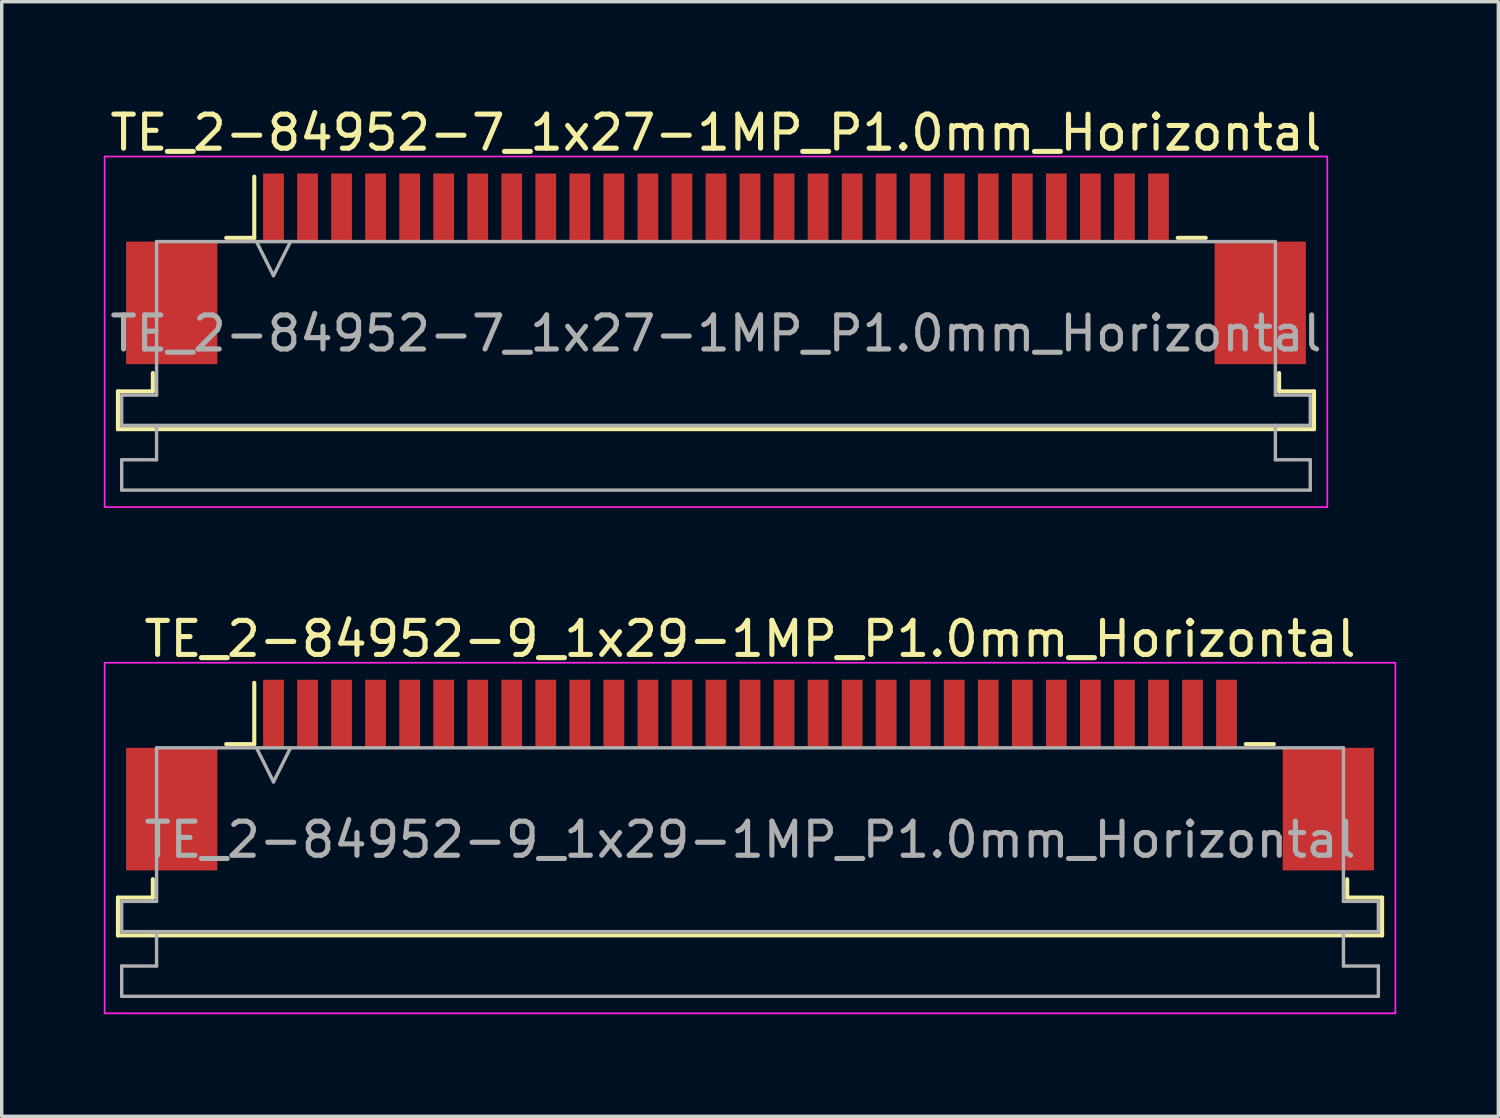
<source format=kicad_pcb>
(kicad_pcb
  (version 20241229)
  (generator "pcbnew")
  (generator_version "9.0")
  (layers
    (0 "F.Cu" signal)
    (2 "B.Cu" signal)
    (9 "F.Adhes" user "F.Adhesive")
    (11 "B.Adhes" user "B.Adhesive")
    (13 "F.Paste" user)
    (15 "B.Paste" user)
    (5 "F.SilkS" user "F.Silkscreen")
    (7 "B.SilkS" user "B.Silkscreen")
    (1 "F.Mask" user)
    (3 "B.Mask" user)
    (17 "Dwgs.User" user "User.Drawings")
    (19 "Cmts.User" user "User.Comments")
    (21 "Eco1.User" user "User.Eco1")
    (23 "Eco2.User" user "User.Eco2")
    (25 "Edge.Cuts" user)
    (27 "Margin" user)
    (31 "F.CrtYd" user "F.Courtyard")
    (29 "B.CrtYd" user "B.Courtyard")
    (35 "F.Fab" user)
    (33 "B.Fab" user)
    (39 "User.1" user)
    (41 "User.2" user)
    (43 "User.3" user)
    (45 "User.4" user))
  (footprint "TE_2-84952-9_1x29-1MP_P1.0mm_Horizontal"
    (layer "F.Cu")
    (at 18.985 19.721)
    (property "Reference" "TE_2-84952-9_1x29-1MP_P1.0mm_Horizontal" (at 0 -4 0) (layer "F.SilkS") (effects (font (size 1 1) (thickness 0.15))))
    (attr smd)
    (fp_line (start -18.57 3.6) (end -17.545 3.6) (stroke (width 0.12) (type solid)) (layer "F.SilkS"))
    (fp_line (start -18.57 4.71) (end -18.57 3.6) (stroke (width 0.12) (type solid)) (layer "F.SilkS"))
    (fp_line (start -17.545 3.6) (end -17.545 3.06) (stroke (width 0.12) (type solid)) (layer "F.SilkS"))
    (fp_line (start -15.39 -0.91) (end -14.565 -0.91) (stroke (width 0.12) (type solid)) (layer "F.SilkS"))
    (fp_line (start -14.565 -0.91) (end -14.565 -2.71) (stroke (width 0.12) (type solid)) (layer "F.SilkS"))
    (fp_line (start 14.565 -0.91) (end 15.39 -0.91) (stroke (width 0.12) (type solid)) (layer "F.SilkS"))
    (fp_line (start 17.545 3.06) (end 17.545 3.6) (stroke (width 0.12) (type solid)) (layer "F.SilkS"))
    (fp_line (start 17.545 3.6) (end 18.57 3.6) (stroke (width 0.12) (type solid)) (layer "F.SilkS"))
    (fp_line (start 18.57 3.6) (end 18.57 4.71) (stroke (width 0.12) (type solid)) (layer "F.SilkS"))
    (fp_line (start 18.57 4.71) (end -18.57 4.71) (stroke (width 0.12) (type solid)) (layer "F.SilkS"))
    (fp_line (start -18.96 -3.3) (end -18.96 7) (stroke (width 0.05) (type solid)) (layer "F.CrtYd"))
    (fp_line (start -18.96 7) (end 18.96 7) (stroke (width 0.05) (type solid)) (layer "F.CrtYd"))
    (fp_line (start 18.96 -3.3) (end -18.96 -3.3) (stroke (width 0.05) (type solid)) (layer "F.CrtYd"))
    (fp_line (start 18.96 7) (end 18.96 -3.3) (stroke (width 0.05) (type solid)) (layer "F.CrtYd"))
    (fp_line (start -18.46 3.71) (end -17.435 3.71) (stroke (width 0.1) (type solid)) (layer "F.Fab"))
    (fp_line (start -18.46 4.6) (end -18.46 3.71) (stroke (width 0.1) (type solid)) (layer "F.Fab"))
    (fp_line (start -18.46 5.61) (end -17.435 5.61) (stroke (width 0.1) (type solid)) (layer "F.Fab"))
    (fp_line (start -18.46 6.5) (end -18.46 5.61) (stroke (width 0.1) (type solid)) (layer "F.Fab"))
    (fp_line (start -17.435 -0.8) (end 17.435 -0.8) (stroke (width 0.1) (type solid)) (layer "F.Fab"))
    (fp_line (start -17.435 3.71) (end -17.435 -0.8) (stroke (width 0.1) (type solid)) (layer "F.Fab"))
    (fp_line (start -17.435 5.61) (end -17.435 4.6) (stroke (width 0.1) (type solid)) (layer "F.Fab"))
    (fp_line (start -14.5 -0.8) (end -14 0.2) (stroke (width 0.1) (type solid)) (layer "F.Fab"))
    (fp_line (start -14 0.2) (end -13.5 -0.8) (stroke (width 0.1) (type solid)) (layer "F.Fab"))
    (fp_line (start 17.435 -0.8) (end 17.435 3.71) (stroke (width 0.1) (type solid)) (layer "F.Fab"))
    (fp_line (start 17.435 3.71) (end 18.46 3.71) (stroke (width 0.1) (type solid)) (layer "F.Fab"))
    (fp_line (start 17.435 4.6) (end 17.435 5.61) (stroke (width 0.1) (type solid)) (layer "F.Fab"))
    (fp_line (start 17.435 5.61) (end 18.46 5.61) (stroke (width 0.1) (type solid)) (layer "F.Fab"))
    (fp_line (start 18.46 3.71) (end 18.46 4.6) (stroke (width 0.1) (type solid)) (layer "F.Fab"))
    (fp_line (start 18.46 4.6) (end -18.46 4.6) (stroke (width 0.1) (type solid)) (layer "F.Fab"))
    (fp_line (start 18.46 5.61) (end 18.46 6.5) (stroke (width 0.1) (type solid)) (layer "F.Fab"))
    (fp_line (start 18.46 6.5) (end -18.46 6.5) (stroke (width 0.1) (type solid)) (layer "F.Fab"))
    (fp_text user "${REFERENCE}" (at 0 1.9 0) (layer "F.Fab") (effects (font (size 1 1) (thickness 0.15))))
    (pad "1" smd rect (at -14 -1.8) (size 0.61 2) (layers "F.Cu" "F.Mask" "F.Paste"))
    (pad "2" smd rect (at -13 -1.8) (size 0.61 2) (layers "F.Cu" "F.Mask" "F.Paste"))
    (pad "3" smd rect (at -12 -1.8) (size 0.61 2) (layers "F.Cu" "F.Mask" "F.Paste"))
    (pad "4" smd rect (at -11 -1.8) (size 0.61 2) (layers "F.Cu" "F.Mask" "F.Paste"))
    (pad "5" smd rect (at -10 -1.8) (size 0.61 2) (layers "F.Cu" "F.Mask" "F.Paste"))
    (pad "6" smd rect (at -9 -1.8) (size 0.61 2) (layers "F.Cu" "F.Mask" "F.Paste"))
    (pad "7" smd rect (at -8 -1.8) (size 0.61 2) (layers "F.Cu" "F.Mask" "F.Paste"))
    (pad "8" smd rect (at -7 -1.8) (size 0.61 2) (layers "F.Cu" "F.Mask" "F.Paste"))
    (pad "9" smd rect (at -6 -1.8) (size 0.61 2) (layers "F.Cu" "F.Mask" "F.Paste"))
    (pad "10" smd rect (at -5 -1.8) (size 0.61 2) (layers "F.Cu" "F.Mask" "F.Paste"))
    (pad "11" smd rect (at -4 -1.8) (size 0.61 2) (layers "F.Cu" "F.Mask" "F.Paste"))
    (pad "12" smd rect (at -3 -1.8) (size 0.61 2) (layers "F.Cu" "F.Mask" "F.Paste"))
    (pad "13" smd rect (at -2 -1.8) (size 0.61 2) (layers "F.Cu" "F.Mask" "F.Paste"))
    (pad "14" smd rect (at -1 -1.8) (size 0.61 2) (layers "F.Cu" "F.Mask" "F.Paste"))
    (pad "15" smd rect (at 0 -1.8) (size 0.61 2) (layers "F.Cu" "F.Mask" "F.Paste"))
    (pad "16" smd rect (at 1 -1.8) (size 0.61 2) (layers "F.Cu" "F.Mask" "F.Paste"))
    (pad "17" smd rect (at 2 -1.8) (size 0.61 2) (layers "F.Cu" "F.Mask" "F.Paste"))
    (pad "18" smd rect (at 3 -1.8) (size 0.61 2) (layers "F.Cu" "F.Mask" "F.Paste"))
    (pad "19" smd rect (at 4 -1.8) (size 0.61 2) (layers "F.Cu" "F.Mask" "F.Paste"))
    (pad "20" smd rect (at 5 -1.8) (size 0.61 2) (layers "F.Cu" "F.Mask" "F.Paste"))
    (pad "21" smd rect (at 6 -1.8) (size 0.61 2) (layers "F.Cu" "F.Mask" "F.Paste"))
    (pad "22" smd rect (at 7 -1.8) (size 0.61 2) (layers "F.Cu" "F.Mask" "F.Paste"))
    (pad "23" smd rect (at 8 -1.8) (size 0.61 2) (layers "F.Cu" "F.Mask" "F.Paste"))
    (pad "24" smd rect (at 9 -1.8) (size 0.61 2) (layers "F.Cu" "F.Mask" "F.Paste"))
    (pad "25" smd rect (at 10 -1.8) (size 0.61 2) (layers "F.Cu" "F.Mask" "F.Paste"))
    (pad "26" smd rect (at 11 -1.8) (size 0.61 2) (layers "F.Cu" "F.Mask" "F.Paste"))
    (pad "27" smd rect (at 12 -1.8) (size 0.61 2) (layers "F.Cu" "F.Mask" "F.Paste"))
    (pad "28" smd rect (at 13 -1.8) (size 0.61 2) (layers "F.Cu" "F.Mask" "F.Paste"))
    (pad "29" smd rect (at 14 -1.8) (size 0.61 2) (layers "F.Cu" "F.Mask" "F.Paste"))
    (pad "MP" smd rect (at -16.99 1) (size 2.68 3.6) (layers "F.Cu" "F.Mask" "F.Paste"))
    (pad "MP" smd rect (at 16.99 1) (size 2.68 3.6) (layers "F.Cu" "F.Mask" "F.Paste")))
  (footprint "TE_2-84952-7_1x27-1MP_P1.0mm_Horizontal"
    (layer "F.Cu")
    (at 17.985 4.848)
    (property "Reference" "TE_2-84952-7_1x27-1MP_P1.0mm_Horizontal" (at 0 -4 0) (layer "F.SilkS") (effects (font (size 1 1) (thickness 0.15))))
    (attr smd)
    (fp_line (start -17.57 3.6) (end -16.545 3.6) (stroke (width 0.12) (type solid)) (layer "F.SilkS"))
    (fp_line (start -17.57 4.71) (end -17.57 3.6) (stroke (width 0.12) (type solid)) (layer "F.SilkS"))
    (fp_line (start -16.545 3.6) (end -16.545 3.06) (stroke (width 0.12) (type solid)) (layer "F.SilkS"))
    (fp_line (start -14.39 -0.91) (end -13.565 -0.91) (stroke (width 0.12) (type solid)) (layer "F.SilkS"))
    (fp_line (start -13.565 -0.91) (end -13.565 -2.71) (stroke (width 0.12) (type solid)) (layer "F.SilkS"))
    (fp_line (start 13.565 -0.91) (end 14.39 -0.91) (stroke (width 0.12) (type solid)) (layer "F.SilkS"))
    (fp_line (start 16.545 3.06) (end 16.545 3.6) (stroke (width 0.12) (type solid)) (layer "F.SilkS"))
    (fp_line (start 16.545 3.6) (end 17.57 3.6) (stroke (width 0.12) (type solid)) (layer "F.SilkS"))
    (fp_line (start 17.57 3.6) (end 17.57 4.71) (stroke (width 0.12) (type solid)) (layer "F.SilkS"))
    (fp_line (start 17.57 4.71) (end -17.57 4.71) (stroke (width 0.12) (type solid)) (layer "F.SilkS"))
    (fp_line (start -17.96 -3.3) (end -17.96 7) (stroke (width 0.05) (type solid)) (layer "F.CrtYd"))
    (fp_line (start -17.96 7) (end 17.96 7) (stroke (width 0.05) (type solid)) (layer "F.CrtYd"))
    (fp_line (start 17.96 -3.3) (end -17.96 -3.3) (stroke (width 0.05) (type solid)) (layer "F.CrtYd"))
    (fp_line (start 17.96 7) (end 17.96 -3.3) (stroke (width 0.05) (type solid)) (layer "F.CrtYd"))
    (fp_line (start -17.46 3.71) (end -16.435 3.71) (stroke (width 0.1) (type solid)) (layer "F.Fab"))
    (fp_line (start -17.46 4.6) (end -17.46 3.71) (stroke (width 0.1) (type solid)) (layer "F.Fab"))
    (fp_line (start -17.46 5.61) (end -16.435 5.61) (stroke (width 0.1) (type solid)) (layer "F.Fab"))
    (fp_line (start -17.46 6.5) (end -17.46 5.61) (stroke (width 0.1) (type solid)) (layer "F.Fab"))
    (fp_line (start -16.435 -0.8) (end 16.435 -0.8) (stroke (width 0.1) (type solid)) (layer "F.Fab"))
    (fp_line (start -16.435 3.71) (end -16.435 -0.8) (stroke (width 0.1) (type solid)) (layer "F.Fab"))
    (fp_line (start -16.435 5.61) (end -16.435 4.6) (stroke (width 0.1) (type solid)) (layer "F.Fab"))
    (fp_line (start -13.5 -0.8) (end -13 0.2) (stroke (width 0.1) (type solid)) (layer "F.Fab"))
    (fp_line (start -13 0.2) (end -12.5 -0.8) (stroke (width 0.1) (type solid)) (layer "F.Fab"))
    (fp_line (start 16.435 -0.8) (end 16.435 3.71) (stroke (width 0.1) (type solid)) (layer "F.Fab"))
    (fp_line (start 16.435 3.71) (end 17.46 3.71) (stroke (width 0.1) (type solid)) (layer "F.Fab"))
    (fp_line (start 16.435 4.6) (end 16.435 5.61) (stroke (width 0.1) (type solid)) (layer "F.Fab"))
    (fp_line (start 16.435 5.61) (end 17.46 5.61) (stroke (width 0.1) (type solid)) (layer "F.Fab"))
    (fp_line (start 17.46 3.71) (end 17.46 4.6) (stroke (width 0.1) (type solid)) (layer "F.Fab"))
    (fp_line (start 17.46 4.6) (end -17.46 4.6) (stroke (width 0.1) (type solid)) (layer "F.Fab"))
    (fp_line (start 17.46 5.61) (end 17.46 6.5) (stroke (width 0.1) (type solid)) (layer "F.Fab"))
    (fp_line (start 17.46 6.5) (end -17.46 6.5) (stroke (width 0.1) (type solid)) (layer "F.Fab"))
    (fp_text user "${REFERENCE}" (at 0 1.9 0) (layer "F.Fab") (effects (font (size 1 1) (thickness 0.15))))
    (pad "1" smd rect (at -13 -1.8) (size 0.61 2) (layers "F.Cu" "F.Mask" "F.Paste"))
    (pad "2" smd rect (at -12 -1.8) (size 0.61 2) (layers "F.Cu" "F.Mask" "F.Paste"))
    (pad "3" smd rect (at -11 -1.8) (size 0.61 2) (layers "F.Cu" "F.Mask" "F.Paste"))
    (pad "4" smd rect (at -10 -1.8) (size 0.61 2) (layers "F.Cu" "F.Mask" "F.Paste"))
    (pad "5" smd rect (at -9 -1.8) (size 0.61 2) (layers "F.Cu" "F.Mask" "F.Paste"))
    (pad "6" smd rect (at -8 -1.8) (size 0.61 2) (layers "F.Cu" "F.Mask" "F.Paste"))
    (pad "7" smd rect (at -7 -1.8) (size 0.61 2) (layers "F.Cu" "F.Mask" "F.Paste"))
    (pad "8" smd rect (at -6 -1.8) (size 0.61 2) (layers "F.Cu" "F.Mask" "F.Paste"))
    (pad "9" smd rect (at -5 -1.8) (size 0.61 2) (layers "F.Cu" "F.Mask" "F.Paste"))
    (pad "10" smd rect (at -4 -1.8) (size 0.61 2) (layers "F.Cu" "F.Mask" "F.Paste"))
    (pad "11" smd rect (at -3 -1.8) (size 0.61 2) (layers "F.Cu" "F.Mask" "F.Paste"))
    (pad "12" smd rect (at -2 -1.8) (size 0.61 2) (layers "F.Cu" "F.Mask" "F.Paste"))
    (pad "13" smd rect (at -1 -1.8) (size 0.61 2) (layers "F.Cu" "F.Mask" "F.Paste"))
    (pad "14" smd rect (at 0 -1.8) (size 0.61 2) (layers "F.Cu" "F.Mask" "F.Paste"))
    (pad "15" smd rect (at 1 -1.8) (size 0.61 2) (layers "F.Cu" "F.Mask" "F.Paste"))
    (pad "16" smd rect (at 2 -1.8) (size 0.61 2) (layers "F.Cu" "F.Mask" "F.Paste"))
    (pad "17" smd rect (at 3 -1.8) (size 0.61 2) (layers "F.Cu" "F.Mask" "F.Paste"))
    (pad "18" smd rect (at 4 -1.8) (size 0.61 2) (layers "F.Cu" "F.Mask" "F.Paste"))
    (pad "19" smd rect (at 5 -1.8) (size 0.61 2) (layers "F.Cu" "F.Mask" "F.Paste"))
    (pad "20" smd rect (at 6 -1.8) (size 0.61 2) (layers "F.Cu" "F.Mask" "F.Paste"))
    (pad "21" smd rect (at 7 -1.8) (size 0.61 2) (layers "F.Cu" "F.Mask" "F.Paste"))
    (pad "22" smd rect (at 8 -1.8) (size 0.61 2) (layers "F.Cu" "F.Mask" "F.Paste"))
    (pad "23" smd rect (at 9 -1.8) (size 0.61 2) (layers "F.Cu" "F.Mask" "F.Paste"))
    (pad "24" smd rect (at 10 -1.8) (size 0.61 2) (layers "F.Cu" "F.Mask" "F.Paste"))
    (pad "25" smd rect (at 11 -1.8) (size 0.61 2) (layers "F.Cu" "F.Mask" "F.Paste"))
    (pad "26" smd rect (at 12 -1.8) (size 0.61 2) (layers "F.Cu" "F.Mask" "F.Paste"))
    (pad "27" smd rect (at 13 -1.8) (size 0.61 2) (layers "F.Cu" "F.Mask" "F.Paste"))
    (pad "MP" smd rect (at -15.99 1) (size 2.68 3.6) (layers "F.Cu" "F.Mask" "F.Paste"))
    (pad "MP" smd rect (at 15.99 1) (size 2.68 3.6) (layers "F.Cu" "F.Mask" "F.Paste")))
  (gr_rect
    (start -3 -3)
    (end 40.97 29.747)
    (stroke (width 0.1) (type default))
    (fill no)
    (layer "Edge.Cuts")))
</source>
